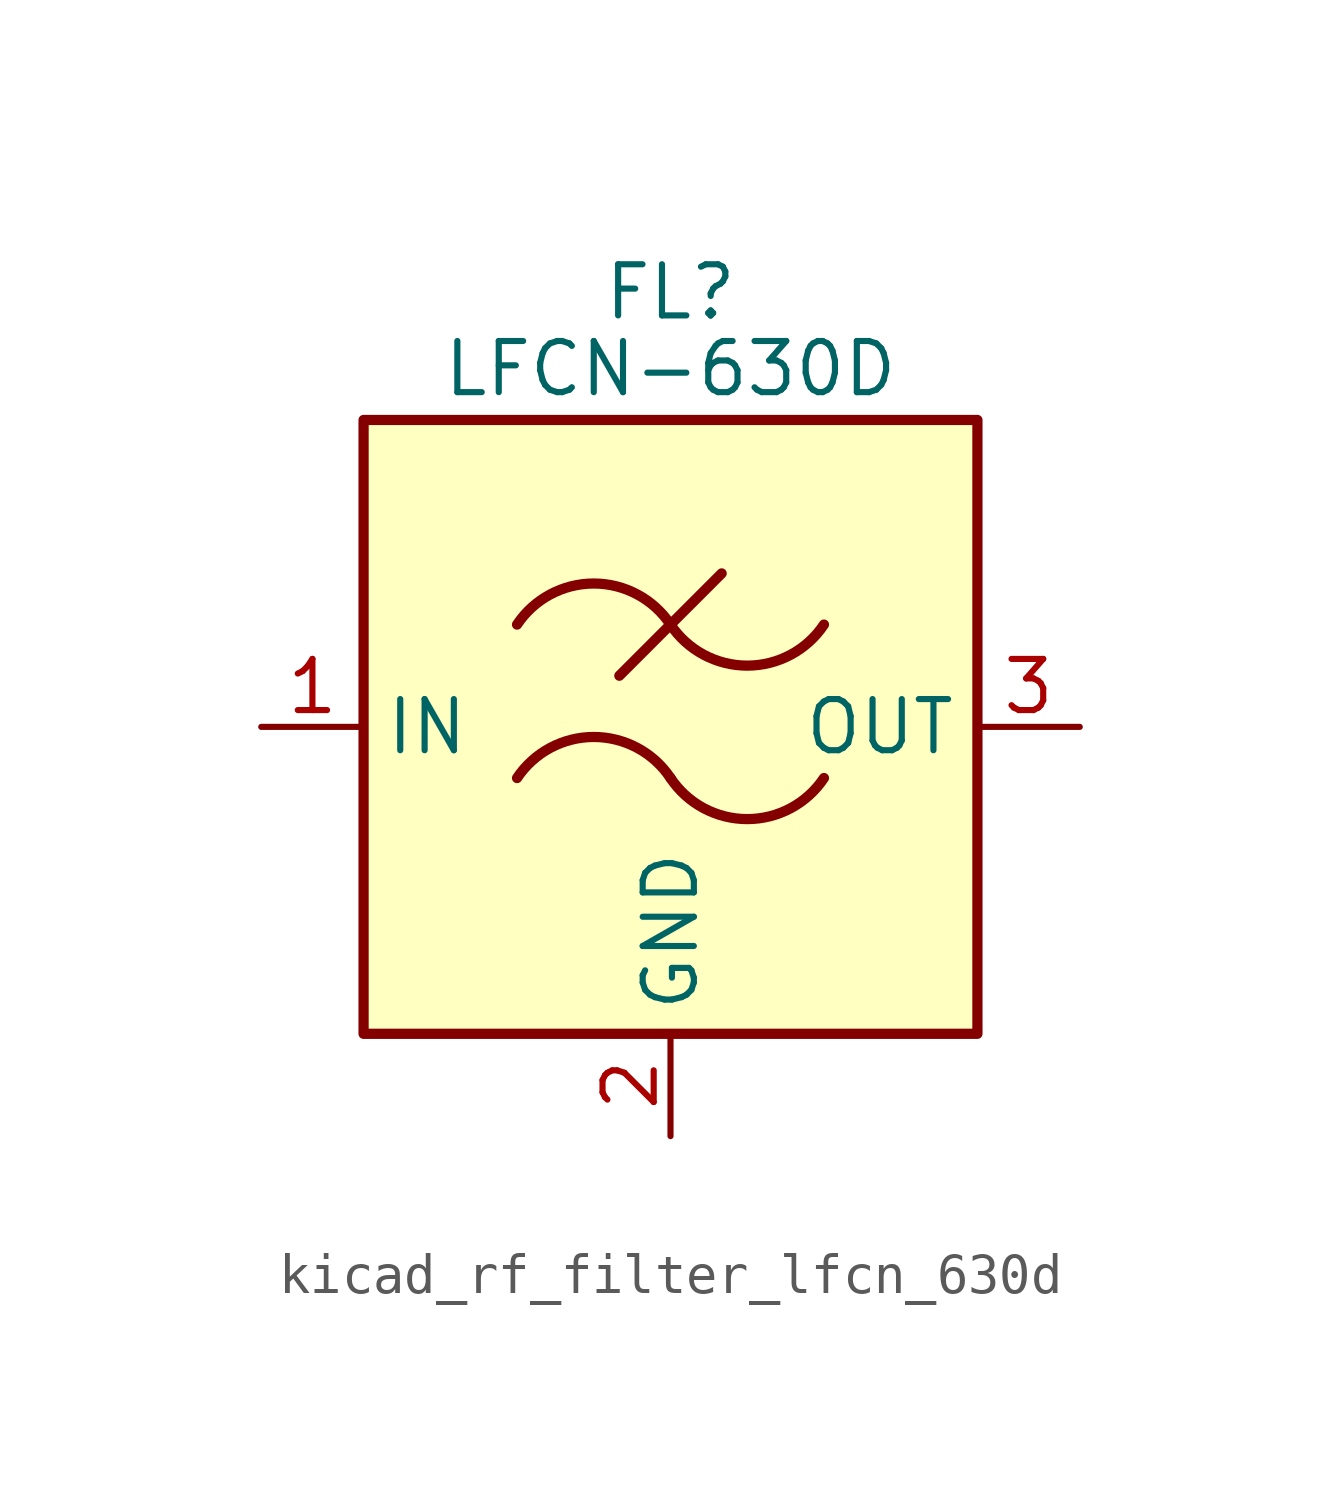
<source format=kicad_sym>
(kicad_symbol_lib
  (version 20220914)
  (generator kicad_symbol_editor)
  (symbol "kicad_rf_filter_lfcn_630d"
    (property "Reference" "FL"
      (at 0 10.795 0)
      (effects (font (size 1.27 1.27))))
    (property "Value" "LFCN-630D"
      (at 0 8.89 0)
      (effects (font (size 1.27 1.27))))
    (symbol "kicad_rf_filter_lfcn_630d_0_1"
      (rectangle (start -7.62 7.62) (end 7.62 -7.62) (stroke (width 0.254) (type default)) (fill (type background)))
      (arc (start 0 -1.27) (mid -1.905 -0.2505) (end -3.81 -1.27) (stroke (width 0.254) (type default)) (fill (type none)))
      (arc (start 0 -1.27) (mid 1.905 -2.2895) (end 3.81 -1.27) (stroke (width 0.254) (type default)) (fill (type none)))
      (polyline (pts (xy -1.27 1.27) (xy 1.27 3.81)) (stroke (width 0.254) (type default)) (fill (type none)))
      (arc (start 0 2.54) (mid -1.905 3.5595) (end -3.81 2.54) (stroke (width 0.254) (type default)) (fill (type none)))
      (arc (start 0 2.54) (mid 1.905 1.5205) (end 3.81 2.54) (stroke (width 0.254) (type default)) (fill (type none))))
    (symbol "kicad_rf_filter_lfcn_630d_1_1"
      (pin passive line (at -10.16 0 0) (length 2.54) (name "IN" (effects (font (size 1.27 1.27)))) (number "1" (effects (font (size 1.27 1.27)))))
      (pin passive line (at 0 -10.16 90) (length 2.54) (name "GND" (effects (font (size 1.27 1.27)))) (number "2" (effects (font (size 1.27 1.27)))))
      (pin passive line (at 10.16 0 180) (length 2.54) (name "OUT" (effects (font (size 1.27 1.27)))) (number "3" (effects (font (size 1.27 1.27)))))
      (pin passive line (at 0 -10.16 90) (length 2.54) hide (name "GND" (effects (font (size 1.27 1.27)))) (number "4" (effects (font (size 1.27 1.27))))))))
</source>
